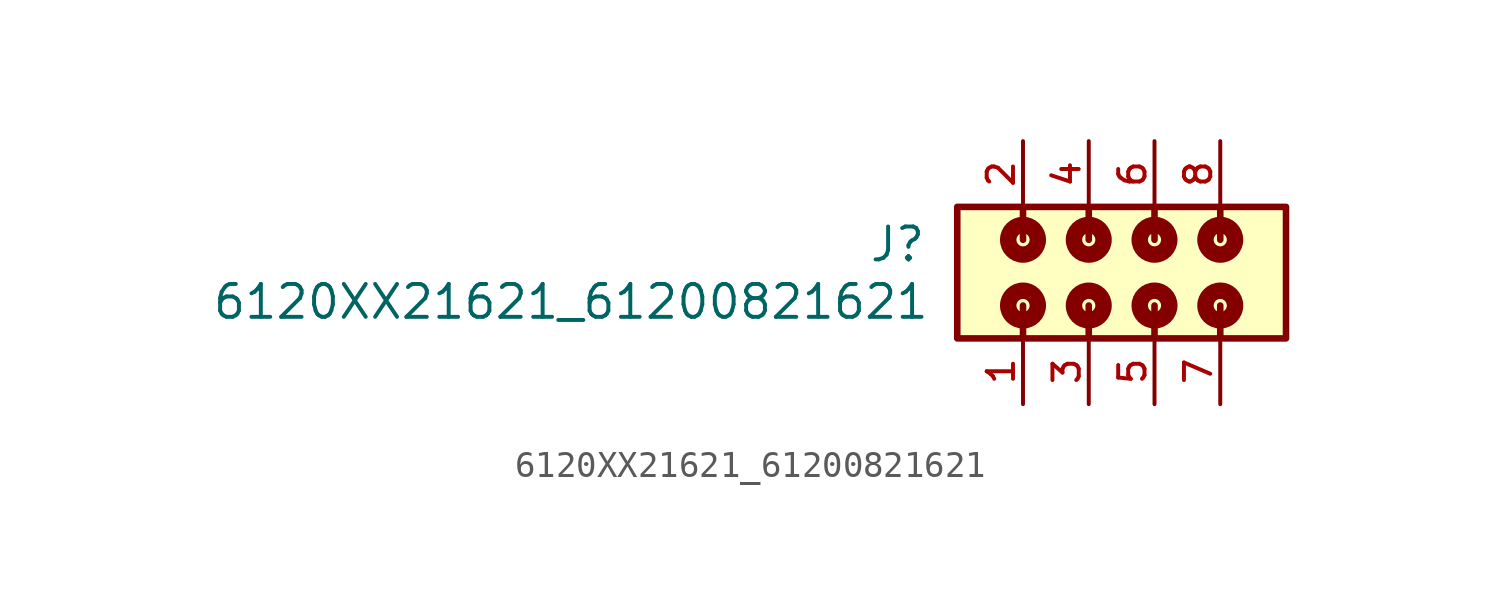
<source format=kicad_sym>
(kicad_symbol_lib
  (version 20211014)
  (generator kicad_symbol_editor)
  (symbol "6120XX21621_61200821621"
    (pin_names
      (offset 1.016))
    (property "Reference" "J"
      (at -6.26 0.35 0)
      (effects (font (size 1.27 1.27)) (justify bottom right)))
    (property "Value" "6120XX21621_61200821621"
      (at -6.12 -1.87 0)
      (effects (font (size 1.27 1.27)) (justify bottom right)))
    (symbol "6120XX21621_61200821621_0_0"
      (polyline (pts (xy -2.54 1.27) (xy -2.54 2.54)) (stroke (width 0.254)))
      (polyline (pts (xy -2.54 -1.27) (xy -2.54 -2.54)) (stroke (width 0.254)))
      (polyline (pts (xy 0.0 1.27) (xy 0.0 2.54)) (stroke (width 0.254)))
      (polyline (pts (xy 0.0 -1.27) (xy 0.0 -2.54)) (stroke (width 0.254)))
      (polyline (pts (xy 2.54 1.27) (xy 2.54 2.54)) (stroke (width 0.254)))
      (polyline (pts (xy 2.54 -1.27) (xy 2.54 -2.54)) (stroke (width 0.254)))
      (polyline (pts (xy 5.08 1.27) (xy 5.08 2.54)) (stroke (width 0.254)))
      (polyline (pts (xy 5.08 -1.27) (xy 5.08 -2.54)) (stroke (width 0.254)))
      (circle (center -2.54 -1.27) (radius 0.254) (stroke (width 0.635)) (fill (type none)))
      (circle (center -2.54 1.27) (radius 0.254) (stroke (width 0.635)) (fill (type none)))
      (circle (center 0.0 -1.27) (radius 0.254) (stroke (width 0.635)) (fill (type none)))
      (circle (center 0.0 1.27) (radius 0.254) (stroke (width 0.635)) (fill (type none)))
      (circle (center 2.54 -1.27) (radius 0.254) (stroke (width 0.635)) (fill (type none)))
      (circle (center 2.54 1.27) (radius 0.254) (stroke (width 0.635)) (fill (type none)))
      (circle (center 5.08 -1.27) (radius 0.254) (stroke (width 0.635)) (fill (type none)))
      (circle (center 5.08 1.27) (radius 0.254) (stroke (width 0.635)) (fill (type none)))
      (rectangle (start -5.08 -2.54) (end 7.62 2.54) (stroke (width 0.254)) (fill (type background)))
      (pin passive line (at -2.54 -5.08 90.0) (length 2.54) (name "~" (effects (font (size 1.016 1.016)))) (number "1" (effects (font (size 1.016 1.016)))))
      (pin passive line (at -2.54 5.08 270.0) (length 2.54) (name "~" (effects (font (size 1.016 1.016)))) (number "2" (effects (font (size 1.016 1.016)))))
      (pin passive line (at 0.0 -5.08 90.0) (length 2.54) (name "~" (effects (font (size 1.016 1.016)))) (number "3" (effects (font (size 1.016 1.016)))))
      (pin passive line (at 0.0 5.08 270.0) (length 2.54) (name "~" (effects (font (size 1.016 1.016)))) (number "4" (effects (font (size 1.016 1.016)))))
      (pin passive line (at 2.54 -5.08 90.0) (length 2.54) (name "~" (effects (font (size 1.016 1.016)))) (number "5" (effects (font (size 1.016 1.016)))))
      (pin passive line (at 2.54 5.08 270.0) (length 2.54) (name "~" (effects (font (size 1.016 1.016)))) (number "6" (effects (font (size 1.016 1.016)))))
      (pin passive line (at 5.08 -5.08 90.0) (length 2.54) (name "~" (effects (font (size 1.016 1.016)))) (number "7" (effects (font (size 1.016 1.016)))))
      (pin passive line (at 5.08 5.08 270.0) (length 2.54) (name "~" (effects (font (size 1.016 1.016)))) (number "8" (effects (font (size 1.016 1.016))))))))
</source>
